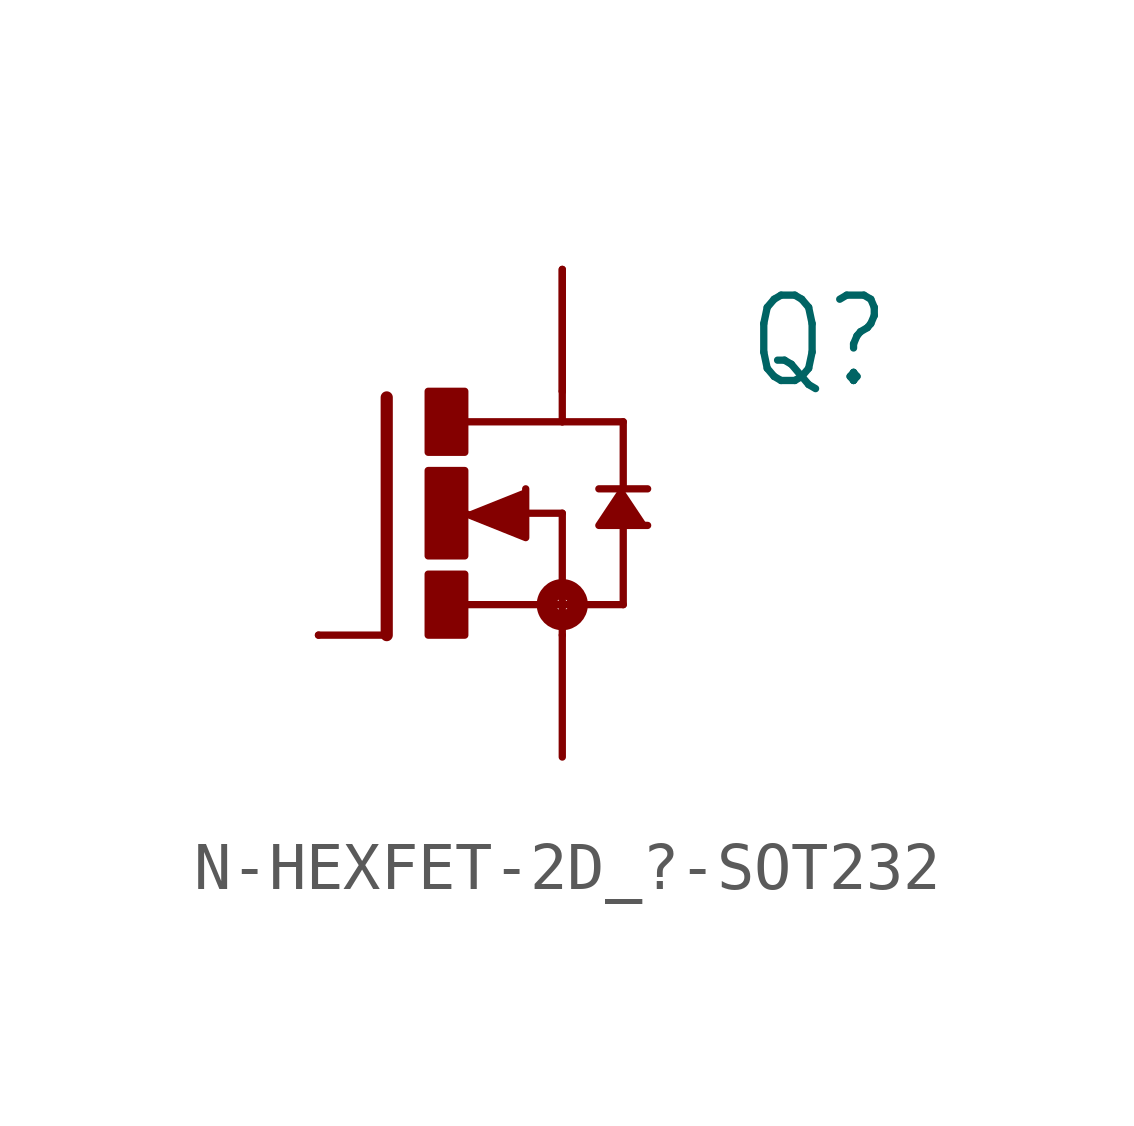
<source format=kicad_sym>
(kicad_symbol_lib
  (version 20231120)
  (generator "kicad_symbol_editor")
  (generator_version "8.0")
  (symbol "N-HEXFET-2D_?-SOT232"
    (property "Reference" "Q"
      (at 6.35 2.54 0)
      (effects (font (size 1.778 1.511)) (justify left bottom)))
    (property "Value" ""
      (at 6.35 0 0)
      (effects (font (size 1.778 1.511)) (justify left bottom)))
    (property "ki_locked" ""
      (at 0 0 0)
      (effects (font (size 1.27 1.27))))
    (symbol "N-HEXFET-2D_?-SOT232_1_0"
      (rectangle (start -0.254 -2.54) (end 0.508 -1.27) (stroke (width 0) (type default)) (fill (type outline)))
      (rectangle (start -0.254 -0.889) (end 0.508 0.889) (stroke (width 0) (type default)) (fill (type outline)))
      (rectangle (start -0.254 1.27) (end 0.508 2.54) (stroke (width 0) (type default)) (fill (type outline)))
      (polyline (pts (xy -1.118 -2.54) (xy -2.54 -2.54)) (stroke (width 0.152) (type solid)) (fill (type none)))
      (polyline (pts (xy -1.118 2.413) (xy -1.118 -2.54)) (stroke (width 0.254) (type solid)) (fill (type none)))
      (polyline (pts (xy 0.508 -1.905) (xy 2.54 -1.905)) (stroke (width 0.152) (type solid)) (fill (type none)))
      (polyline (pts (xy 1.651 0) (xy 2.54 0)) (stroke (width 0.152) (type solid)) (fill (type none)))
      (polyline (pts (xy 2.54 -1.905) (xy 2.54 -2.54)) (stroke (width 0.152) (type solid)) (fill (type none)))
      (polyline (pts (xy 2.54 0) (xy 2.54 -1.905)) (stroke (width 0.152) (type solid)) (fill (type none)))
      (polyline (pts (xy 2.54 1.905) (xy 0.533 1.905)) (stroke (width 0.152) (type solid)) (fill (type none)))
      (polyline (pts (xy 2.54 2.54) (xy 2.54 1.905)) (stroke (width 0.152) (type solid)) (fill (type none)))
      (polyline (pts (xy 3.302 0.508) (xy 3.81 0.508)) (stroke (width 0.152) (type solid)) (fill (type none)))
      (polyline (pts (xy 3.81 -1.905) (xy 2.54 -1.905)) (stroke (width 0.152) (type solid)) (fill (type none)))
      (polyline (pts (xy 3.81 -1.905) (xy 3.81 -0.127)) (stroke (width 0.152) (type solid)) (fill (type none)))
      (polyline (pts (xy 3.81 0.508) (xy 3.81 1.905)) (stroke (width 0.152) (type solid)) (fill (type none)))
      (polyline (pts (xy 3.81 0.508) (xy 4.318 0.508)) (stroke (width 0.152) (type solid)) (fill (type none)))
      (polyline (pts (xy 3.81 1.905) (xy 2.54 1.905)) (stroke (width 0.152) (type solid)) (fill (type none)))
      (polyline (pts (xy 0.508 0) (xy 1.778 -0.508) (xy 1.778 0.508)) (stroke (width 0.152) (type solid)) (fill (type outline)))
      (polyline (pts (xy 3.81 0.508) (xy 3.302 -0.254) (xy 4.318 -0.254)) (stroke (width 0.152) (type solid)) (fill (type outline)))
      (circle (center 2.54 -1.905) (radius 0.127) (stroke (width 0.406) (type solid)) (fill (type none)))
      (pin passive line (at -2.54 -2.54 0) (length 0) (name "G" (effects (font (size 0 0)))) (number "1" (effects (font (size 0 0)))))
      (pin passive line (at 2.54 5.08 270) (length 2.54) (name "D" (effects (font (size 0 0)))) (number "2" (effects (font (size 0 0)))))
      (pin passive line (at 2.54 -5.08 90) (length 2.54) (name "S" (effects (font (size 0 0)))) (number "3" (effects (font (size 0 0)))))
      (pin passive line (at 2.54 2.54 90) (length 2.54) (name "D@1" (effects (font (size 0 0)))) (number "4" (effects (font (size 0 0))))))))
</source>
